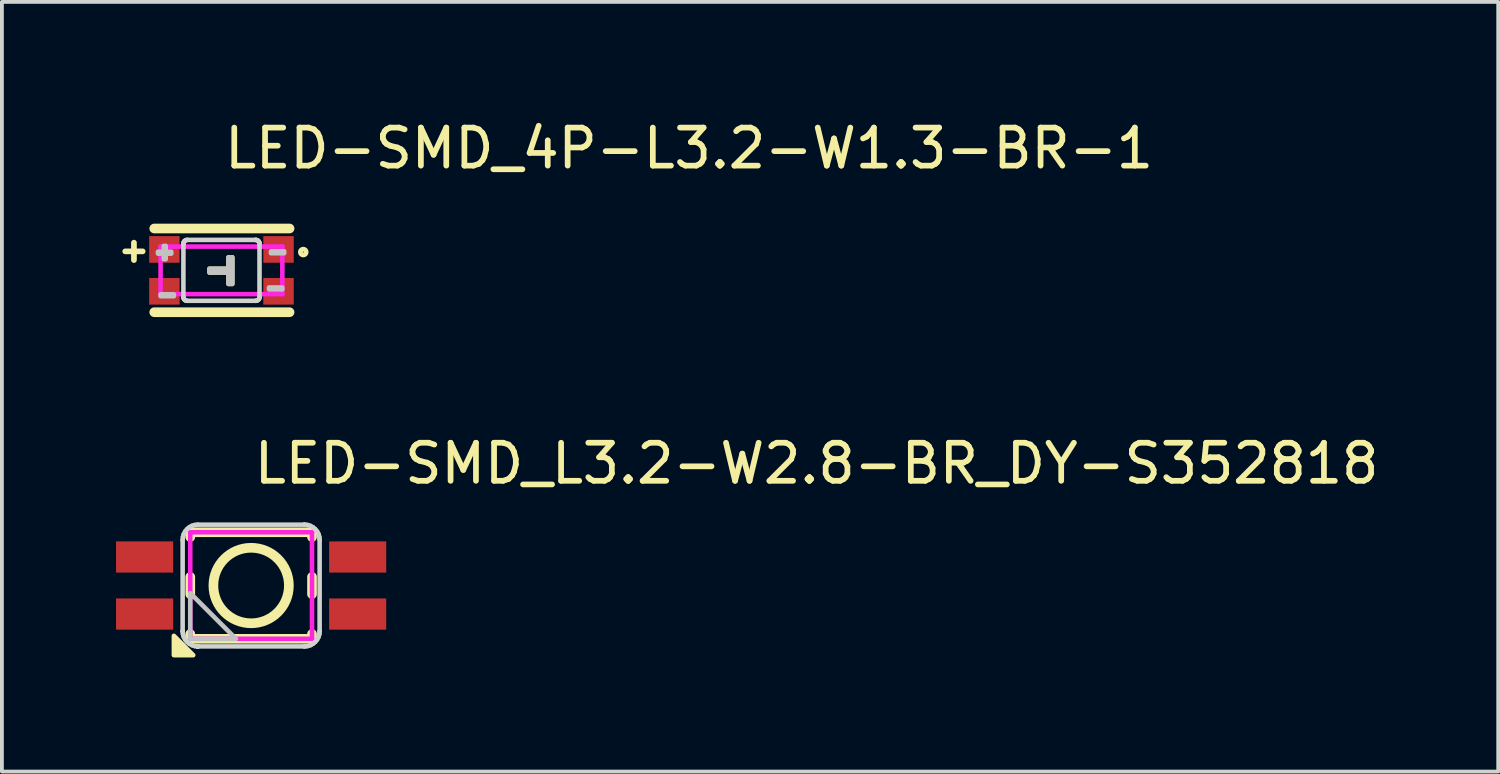
<source format=kicad_pcb>
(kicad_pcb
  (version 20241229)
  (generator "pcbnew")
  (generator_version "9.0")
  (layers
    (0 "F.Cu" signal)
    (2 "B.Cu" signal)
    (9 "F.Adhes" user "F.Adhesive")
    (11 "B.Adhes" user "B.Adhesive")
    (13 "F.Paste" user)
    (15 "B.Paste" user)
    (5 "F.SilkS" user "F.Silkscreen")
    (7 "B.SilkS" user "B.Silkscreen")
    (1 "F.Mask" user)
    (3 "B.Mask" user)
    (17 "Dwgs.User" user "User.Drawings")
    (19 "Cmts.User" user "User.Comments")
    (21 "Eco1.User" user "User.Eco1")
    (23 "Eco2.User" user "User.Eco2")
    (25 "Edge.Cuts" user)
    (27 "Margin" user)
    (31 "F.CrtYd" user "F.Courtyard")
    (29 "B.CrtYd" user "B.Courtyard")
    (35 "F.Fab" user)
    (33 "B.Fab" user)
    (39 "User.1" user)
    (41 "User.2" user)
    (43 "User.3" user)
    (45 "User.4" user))
  (footprint "LED-SMD_4P-L3.2-W1.3-BR-1"
    (layer "F.Cu")
    (at 2.77 4.055)
    (property "Reference" "LED-SMD_4P-L3.2-W1.3-BR-1" (at 0 -3.207 0) (layer "F.SilkS") (effects (font (size 1 1) (thickness 0.15)) (justify left)))
    (attr through_hole)
    (fp_line (start -1.766 -1.1) (end 1.79 -1.1) (stroke (width 0.254) (type solid)) (layer "F.SilkS"))
    (fp_line (start -1.766 1.1) (end 1.79 1.1) (stroke (width 0.254) (type solid)) (layer "F.SilkS"))
    (fp_circle (center 2.15 -0.48) (end 2.226 -0.48) (stroke (width 0.127) (type solid)) (fill no) (layer "F.SilkS"))
    (fp_poly (pts (xy 0.185 -0.343) (xy 0.285 -0.343) (xy 0.285 0.357) (xy 0.185 0.357) (xy 0.185 0.057) (xy -0.315 0.057) (xy -0.315 -0.043) (xy 0.185 -0.043)) (stroke (width 0.12) (type solid)) (fill yes) (layer "F.SilkS"))
    (fp_poly (pts (xy -1.669 -0.489) (xy -1.319 -0.489) (xy -1.319 -0.439) (xy -1.669 -0.439)) (stroke (width 0.12) (type solid)) (fill no) (layer "Dwgs.User"))
    (fp_poly (pts (xy -1.6 0.63) (xy -1.25 0.63) (xy -1.25 0.68) (xy -1.6 0.68)) (stroke (width 0.12) (type solid)) (fill no) (layer "Dwgs.User"))
    (fp_poly (pts (xy -1.515 -0.293) (xy -1.515 -0.643) (xy -1.465 -0.643) (xy -1.465 -0.293)) (stroke (width 0.12) (type solid)) (fill no) (layer "Dwgs.User"))
    (fp_poly (pts (xy 1.25 0.5) (xy 1.6 0.5) (xy 1.6 0.45) (xy 1.25 0.45)) (stroke (width 0.12) (type solid)) (fill no) (layer "Dwgs.User"))
    (fp_poly (pts (xy 1.3 -0.45) (xy 1.65 -0.45) (xy 1.65 -0.5) (xy 1.3 -0.5)) (stroke (width 0.12) (type solid)) (fill no) (layer "Dwgs.User"))
    (fp_poly (pts (xy 0.185 -0.343) (xy 0.285 -0.343) (xy 0.285 0.357) (xy 0.185 0.357) (xy 0.185 0.057) (xy -0.315 0.057) (xy -0.315 -0.043) (xy 0.185 -0.043)) (stroke (width 0.12) (type solid)) (fill no) (layer "Dwgs.User"))
    (fp_circle (center 1.6 0.625) (end 1.63 0.625) (stroke (width 0.06) (type solid)) (fill no) (layer "Eco2.User"))
    (fp_poly (pts (xy -1.6 -0.625) (xy -1.1 -0.625) (xy -1.1 -0.125) (xy -1.6 -0.125)) (stroke (width 0.12) (type solid)) (fill no) (layer "Eco2.User"))
    (fp_poly (pts (xy -1.6 0.125) (xy -1.1 0.125) (xy -1.1 0.625) (xy -1.6 0.625)) (stroke (width 0.12) (type solid)) (fill no) (layer "Eco2.User"))
    (fp_poly (pts (xy 1.1 -0.625) (xy 1.6 -0.625) (xy 1.6 -0.125) (xy 1.1 -0.125)) (stroke (width 0.12) (type solid)) (fill no) (layer "Eco2.User"))
    (fp_poly (pts (xy 1.1 0.125) (xy 1.6 0.125) (xy 1.6 0.625) (xy 1.1 0.625)) (stroke (width 0.12) (type solid)) (fill no) (layer "Eco2.User"))
    (fp_line (start -1 -0.7) (end -0.998 -0.72) (stroke (width 0.12) (type solid)) (layer "Edge.Cuts"))
    (fp_line (start -1 0.7) (end -1 -0.7) (stroke (width 0.12) (type solid)) (layer "Edge.Cuts"))
    (fp_line (start -0.998 -0.72) (end -0.993 -0.738) (stroke (width 0.12) (type solid)) (layer "Edge.Cuts"))
    (fp_line (start -0.998 0.72) (end -1 0.7) (stroke (width 0.12) (type solid)) (layer "Edge.Cuts"))
    (fp_line (start -0.993 -0.738) (end -0.983 -0.756) (stroke (width 0.12) (type solid)) (layer "Edge.Cuts"))
    (fp_line (start -0.993 0.738) (end -0.998 0.72) (stroke (width 0.12) (type solid)) (layer "Edge.Cuts"))
    (fp_line (start -0.983 -0.756) (end -0.971 -0.771) (stroke (width 0.12) (type solid)) (layer "Edge.Cuts"))
    (fp_line (start -0.983 0.756) (end -0.993 0.738) (stroke (width 0.12) (type solid)) (layer "Edge.Cuts"))
    (fp_line (start -0.971 -0.771) (end -0.956 -0.783) (stroke (width 0.12) (type solid)) (layer "Edge.Cuts"))
    (fp_line (start -0.971 0.771) (end -0.983 0.756) (stroke (width 0.12) (type solid)) (layer "Edge.Cuts"))
    (fp_line (start -0.956 -0.783) (end -0.938 -0.792) (stroke (width 0.12) (type solid)) (layer "Edge.Cuts"))
    (fp_line (start -0.956 0.783) (end -0.971 0.771) (stroke (width 0.12) (type solid)) (layer "Edge.Cuts"))
    (fp_line (start -0.938 -0.792) (end -0.92 -0.798) (stroke (width 0.12) (type solid)) (layer "Edge.Cuts"))
    (fp_line (start -0.938 0.792) (end -0.956 0.783) (stroke (width 0.12) (type solid)) (layer "Edge.Cuts"))
    (fp_line (start -0.92 -0.798) (end -0.9 -0.8) (stroke (width 0.12) (type solid)) (layer "Edge.Cuts"))
    (fp_line (start -0.92 0.798) (end -0.938 0.792) (stroke (width 0.12) (type solid)) (layer "Edge.Cuts"))
    (fp_line (start -0.9 -0.8) (end 0.9 -0.8) (stroke (width 0.12) (type solid)) (layer "Edge.Cuts"))
    (fp_line (start -0.9 0.8) (end -0.92 0.798) (stroke (width 0.12) (type solid)) (layer "Edge.Cuts"))
    (fp_line (start 0.9 -0.8) (end 0.9 -0.8) (stroke (width 0.12) (type solid)) (layer "Edge.Cuts"))
    (fp_line (start 0.9 -0.8) (end 0.919 -0.798) (stroke (width 0.12) (type solid)) (layer "Edge.Cuts"))
    (fp_line (start 0.9 0.8) (end -0.9 0.8) (stroke (width 0.12) (type solid)) (layer "Edge.Cuts"))
    (fp_line (start 0.919 -0.798) (end 0.938 -0.792) (stroke (width 0.12) (type solid)) (layer "Edge.Cuts"))
    (fp_line (start 0.919 0.798) (end 0.9 0.8) (stroke (width 0.12) (type solid)) (layer "Edge.Cuts"))
    (fp_line (start 0.938 -0.792) (end 0.955 -0.783) (stroke (width 0.12) (type solid)) (layer "Edge.Cuts"))
    (fp_line (start 0.938 0.792) (end 0.919 0.798) (stroke (width 0.12) (type solid)) (layer "Edge.Cuts"))
    (fp_line (start 0.955 -0.783) (end 0.971 -0.771) (stroke (width 0.12) (type solid)) (layer "Edge.Cuts"))
    (fp_line (start 0.955 0.783) (end 0.938 0.792) (stroke (width 0.12) (type solid)) (layer "Edge.Cuts"))
    (fp_line (start 0.971 -0.771) (end 0.983 -0.756) (stroke (width 0.12) (type solid)) (layer "Edge.Cuts"))
    (fp_line (start 0.971 0.771) (end 0.955 0.783) (stroke (width 0.12) (type solid)) (layer "Edge.Cuts"))
    (fp_line (start 0.983 -0.756) (end 0.992 -0.738) (stroke (width 0.12) (type solid)) (layer "Edge.Cuts"))
    (fp_line (start 0.983 0.756) (end 0.971 0.771) (stroke (width 0.12) (type solid)) (layer "Edge.Cuts"))
    (fp_line (start 0.992 -0.738) (end 0.998 -0.72) (stroke (width 0.12) (type solid)) (layer "Edge.Cuts"))
    (fp_line (start 0.992 0.738) (end 0.983 0.756) (stroke (width 0.12) (type solid)) (layer "Edge.Cuts"))
    (fp_line (start 0.998 -0.72) (end 1 -0.7) (stroke (width 0.12) (type solid)) (layer "Edge.Cuts"))
    (fp_line (start 0.998 0.72) (end 0.992 0.738) (stroke (width 0.12) (type solid)) (layer "Edge.Cuts"))
    (fp_line (start 1 -0.7) (end 1 0.7) (stroke (width 0.12) (type solid)) (layer "Edge.Cuts"))
    (fp_line (start 1 0.7) (end 0.998 0.72) (stroke (width 0.12) (type solid)) (layer "Edge.Cuts"))
    (fp_line (start -1.6 -0.625) (end 1.6 -0.625) (stroke (width 0.12) (type solid)) (layer "F.CrtYd"))
    (fp_line (start -1.6 0.625) (end -1.6 -0.625) (stroke (width 0.12) (type solid)) (layer "F.CrtYd"))
    (fp_line (start 1.6 -0.625) (end 1.6 0.625) (stroke (width 0.12) (type solid)) (layer "F.CrtYd"))
    (fp_line (start 1.6 0.625) (end -1.6 0.625) (stroke (width 0.12) (type solid)) (layer "F.CrtYd"))
    (fp_text user "+" (at -2.77 -0.54 0) (layer "F.SilkS") (effects (font (size 0.6 0.6) (thickness 0.203)) (justify left)))
    (pad "1" smd rect (at 1.5 -0.55 180) (size 0.8 0.7) (layers "F.Cu" "F.Mask" "F.Paste"))
    (pad "2" smd rect (at -1.5 -0.55 180) (size 0.8 0.7) (layers "F.Cu" "F.Mask" "F.Paste"))
    (pad "3" smd rect (at 1.5 0.55 180) (size 0.8 0.7) (layers "F.Cu" "F.Mask" "F.Paste"))
    (pad "4" smd rect (at -1.5 0.55 180) (size 0.8 0.7) (layers "F.Cu" "F.Mask" "F.Paste")))
  (footprint "LED-SMD_L3.2-W2.8-BR_DY-S352818"
    (layer "F.Cu")
    (at 3.55 12.338)
    (property "Reference" "LED-SMD_L3.2-W2.8-BR_DY-S352818" (at 0 -3.207 0) (layer "F.SilkS") (effects (font (size 1 1) (thickness 0.15)) (justify left)))
    (attr through_hole)
    (fp_line (start -1.6 -1.4) (end -1.6 -1.273) (stroke (width 0.254) (type solid)) (layer "F.SilkS"))
    (fp_line (start -1.6 -1.4) (end 1.6 -1.4) (stroke (width 0.254) (type solid)) (layer "F.SilkS"))
    (fp_line (start -1.6 -0.227) (end -1.6 0.227) (stroke (width 0.254) (type solid)) (layer "F.SilkS"))
    (fp_line (start -1.6 1.273) (end -1.6 1.4) (stroke (width 0.254) (type solid)) (layer "F.SilkS"))
    (fp_line (start -1.6 1.4) (end 1.6 1.4) (stroke (width 0.254) (type solid)) (layer "F.SilkS"))
    (fp_line (start 1.6 -1.4) (end 1.6 -1.273) (stroke (width 0.254) (type solid)) (layer "F.SilkS"))
    (fp_line (start 1.6 -0.227) (end 1.6 0.227) (stroke (width 0.254) (type solid)) (layer "F.SilkS"))
    (fp_line (start 1.6 1.273) (end 1.6 1.4) (stroke (width 0.254) (type solid)) (layer "F.SilkS"))
    (fp_circle (center 0 0) (end 0.992 0) (stroke (width 0.254) (type solid)) (fill no) (layer "F.SilkS"))
    (fp_poly (pts (xy -2.03 1.83) (xy -2.03 1.322) (xy -1.522 1.83)) (stroke (width 0.12) (type solid)) (fill yes) (layer "F.SilkS"))
    (fp_poly (pts (xy -1.6 1.4) (xy -0.4 1.4) (xy -1.6 0.2)) (stroke (width 0.12) (type solid)) (fill no) (layer "Dwgs.User"))
    (fp_circle (center 2.94 1.4) (end 2.97 1.4) (stroke (width 0.06) (type solid)) (fill no) (layer "Eco2.User"))
    (fp_poly (pts (xy -1.54 -1.09) (xy -1.54 -0.41) (xy -2.94 -0.41) (xy -2.94 -1.09)) (stroke (width 0.12) (type solid)) (fill no) (layer "Eco2.User"))
    (fp_poly (pts (xy -1.54 0.41) (xy -1.54 1.09) (xy -2.94 1.09) (xy -2.94 0.41)) (stroke (width 0.12) (type solid)) (fill no) (layer "Eco2.User"))
    (fp_poly (pts (xy 2.94 -1.09) (xy 2.94 -0.41) (xy 1.54 -0.41) (xy 1.54 -1.09)) (stroke (width 0.12) (type solid)) (fill no) (layer "Eco2.User"))
    (fp_poly (pts (xy 2.94 0.41) (xy 2.94 1.09) (xy 1.54 1.09) (xy 1.54 0.41)) (stroke (width 0.12) (type solid)) (fill no) (layer "Eco2.User"))
    (fp_line (start -1.8 -1.2) (end -1.792 -1.278) (stroke (width 0.12) (type solid)) (layer "Edge.Cuts"))
    (fp_line (start -1.8 1.2) (end -1.8 -1.2) (stroke (width 0.12) (type solid)) (layer "Edge.Cuts"))
    (fp_line (start -1.8 1.2) (end -1.8 1.2) (stroke (width 0.12) (type solid)) (layer "Edge.Cuts"))
    (fp_line (start -1.793 1.272) (end -1.8 1.2) (stroke (width 0.12) (type solid)) (layer "Edge.Cuts"))
    (fp_line (start -1.792 -1.278) (end -1.77 -1.353) (stroke (width 0.12) (type solid)) (layer "Edge.Cuts"))
    (fp_line (start -1.772 1.347) (end -1.793 1.272) (stroke (width 0.12) (type solid)) (layer "Edge.Cuts"))
    (fp_line (start -1.77 -1.353) (end -1.733 -1.422) (stroke (width 0.12) (type solid)) (layer "Edge.Cuts"))
    (fp_line (start -1.736 1.417) (end -1.772 1.347) (stroke (width 0.12) (type solid)) (layer "Edge.Cuts"))
    (fp_line (start -1.733 -1.422) (end -1.683 -1.483) (stroke (width 0.12) (type solid)) (layer "Edge.Cuts"))
    (fp_line (start -1.687 1.479) (end -1.736 1.417) (stroke (width 0.12) (type solid)) (layer "Edge.Cuts"))
    (fp_line (start -1.683 -1.483) (end -1.622 -1.533) (stroke (width 0.12) (type solid)) (layer "Edge.Cuts"))
    (fp_line (start -1.627 1.529) (end -1.687 1.479) (stroke (width 0.12) (type solid)) (layer "Edge.Cuts"))
    (fp_line (start -1.622 -1.533) (end -1.553 -1.57) (stroke (width 0.12) (type solid)) (layer "Edge.Cuts"))
    (fp_line (start -1.559 1.567) (end -1.627 1.529) (stroke (width 0.12) (type solid)) (layer "Edge.Cuts"))
    (fp_line (start -1.553 -1.57) (end -1.478 -1.592) (stroke (width 0.12) (type solid)) (layer "Edge.Cuts"))
    (fp_line (start -1.484 1.591) (end -1.559 1.567) (stroke (width 0.12) (type solid)) (layer "Edge.Cuts"))
    (fp_line (start -1.478 -1.592) (end -1.4 -1.6) (stroke (width 0.12) (type solid)) (layer "Edge.Cuts"))
    (fp_line (start -1.413 1.6) (end -1.406 1.6) (stroke (width 0.12) (type solid)) (layer "Edge.Cuts"))
    (fp_line (start -1.406 1.6) (end -1.484 1.591) (stroke (width 0.12) (type solid)) (layer "Edge.Cuts"))
    (fp_line (start -1.406 1.6) (end -1.406 1.6) (stroke (width 0.12) (type solid)) (layer "Edge.Cuts"))
    (fp_line (start -1.406 1.6) (end -1.406 1.6) (stroke (width 0.12) (type solid)) (layer "Edge.Cuts"))
    (fp_line (start -1.406 1.6) (end -1.4 1.6) (stroke (width 0.12) (type solid)) (layer "Edge.Cuts"))
    (fp_line (start -1.4 -1.6) (end 1.4 -1.6) (stroke (width 0.12) (type solid)) (layer "Edge.Cuts"))
    (fp_line (start -1.4 1.6) (end -1.413 1.6) (stroke (width 0.12) (type solid)) (layer "Edge.Cuts"))
    (fp_line (start -1.4 1.6) (end -1.406 1.6) (stroke (width 0.12) (type solid)) (layer "Edge.Cuts"))
    (fp_line (start -1.4 1.6) (end -1.4 1.6) (stroke (width 0.12) (type solid)) (layer "Edge.Cuts"))
    (fp_line (start 1.4 -1.6) (end 1.4 -1.6) (stroke (width 0.12) (type solid)) (layer "Edge.Cuts"))
    (fp_line (start 1.4 -1.6) (end 1.478 -1.593) (stroke (width 0.12) (type solid)) (layer "Edge.Cuts"))
    (fp_line (start 1.4 1.6) (end -1.4 1.6) (stroke (width 0.12) (type solid)) (layer "Edge.Cuts"))
    (fp_line (start 1.4 1.6) (end 1.4 1.6) (stroke (width 0.12) (type solid)) (layer "Edge.Cuts"))
    (fp_line (start 1.478 -1.593) (end 1.553 -1.57) (stroke (width 0.12) (type solid)) (layer "Edge.Cuts"))
    (fp_line (start 1.478 1.593) (end 1.4 1.6) (stroke (width 0.12) (type solid)) (layer "Edge.Cuts"))
    (fp_line (start 1.553 -1.57) (end 1.622 -1.533) (stroke (width 0.12) (type solid)) (layer "Edge.Cuts"))
    (fp_line (start 1.553 1.57) (end 1.478 1.593) (stroke (width 0.12) (type solid)) (layer "Edge.Cuts"))
    (fp_line (start 1.622 -1.533) (end 1.683 -1.483) (stroke (width 0.12) (type solid)) (layer "Edge.Cuts"))
    (fp_line (start 1.622 1.533) (end 1.553 1.57) (stroke (width 0.12) (type solid)) (layer "Edge.Cuts"))
    (fp_line (start 1.683 -1.483) (end 1.733 -1.422) (stroke (width 0.12) (type solid)) (layer "Edge.Cuts"))
    (fp_line (start 1.683 1.483) (end 1.622 1.533) (stroke (width 0.12) (type solid)) (layer "Edge.Cuts"))
    (fp_line (start 1.733 -1.422) (end 1.77 -1.353) (stroke (width 0.12) (type solid)) (layer "Edge.Cuts"))
    (fp_line (start 1.733 1.422) (end 1.683 1.483) (stroke (width 0.12) (type solid)) (layer "Edge.Cuts"))
    (fp_line (start 1.77 -1.353) (end 1.792 -1.278) (stroke (width 0.12) (type solid)) (layer "Edge.Cuts"))
    (fp_line (start 1.77 1.353) (end 1.733 1.422) (stroke (width 0.12) (type solid)) (layer "Edge.Cuts"))
    (fp_line (start 1.792 -1.278) (end 1.8 -1.2) (stroke (width 0.12) (type solid)) (layer "Edge.Cuts"))
    (fp_line (start 1.792 1.278) (end 1.77 1.353) (stroke (width 0.12) (type solid)) (layer "Edge.Cuts"))
    (fp_line (start 1.8 -1.2) (end 1.8 1.2) (stroke (width 0.12) (type solid)) (layer "Edge.Cuts"))
    (fp_line (start 1.8 1.2) (end 1.792 1.278) (stroke (width 0.12) (type solid)) (layer "Edge.Cuts"))
    (fp_line (start 1.8 1.2) (end 1.8 1.2) (stroke (width 0.12) (type solid)) (layer "Edge.Cuts"))
    (fp_line (start -1.6 -1.4) (end 1.6 -1.4) (stroke (width 0.12) (type solid)) (layer "F.CrtYd"))
    (fp_line (start -1.6 1.4) (end -1.6 -1.4) (stroke (width 0.12) (type solid)) (layer "F.CrtYd"))
    (fp_line (start 1.6 -1.4) (end 1.6 1.4) (stroke (width 0.12) (type solid)) (layer "F.CrtYd"))
    (fp_line (start 1.6 1.4) (end -1.6 1.4) (stroke (width 0.12) (type solid)) (layer "F.CrtYd"))
    (pad "1" smd rect (at 2.8 0.75 90) (size 0.82 1.5) (layers "F.Cu" "F.Mask" "F.Paste"))
    (pad "2" smd rect (at 2.8 -0.75 90) (size 0.82 1.5) (layers "F.Cu" "F.Mask" "F.Paste"))
    (pad "3" smd rect (at -2.8 -0.75 90) (size 0.82 1.5) (layers "F.Cu" "F.Mask" "F.Paste"))
    (pad "4" smd rect (at -2.8 0.75 90) (size 0.82 1.5) (layers "F.Cu" "F.Mask" "F.Paste")))
  (gr_rect
    (start -3 -3)
    (end 36.324 17.227)
    (stroke (width 0.1) (type default))
    (fill no)
    (layer "Edge.Cuts")))
</source>
